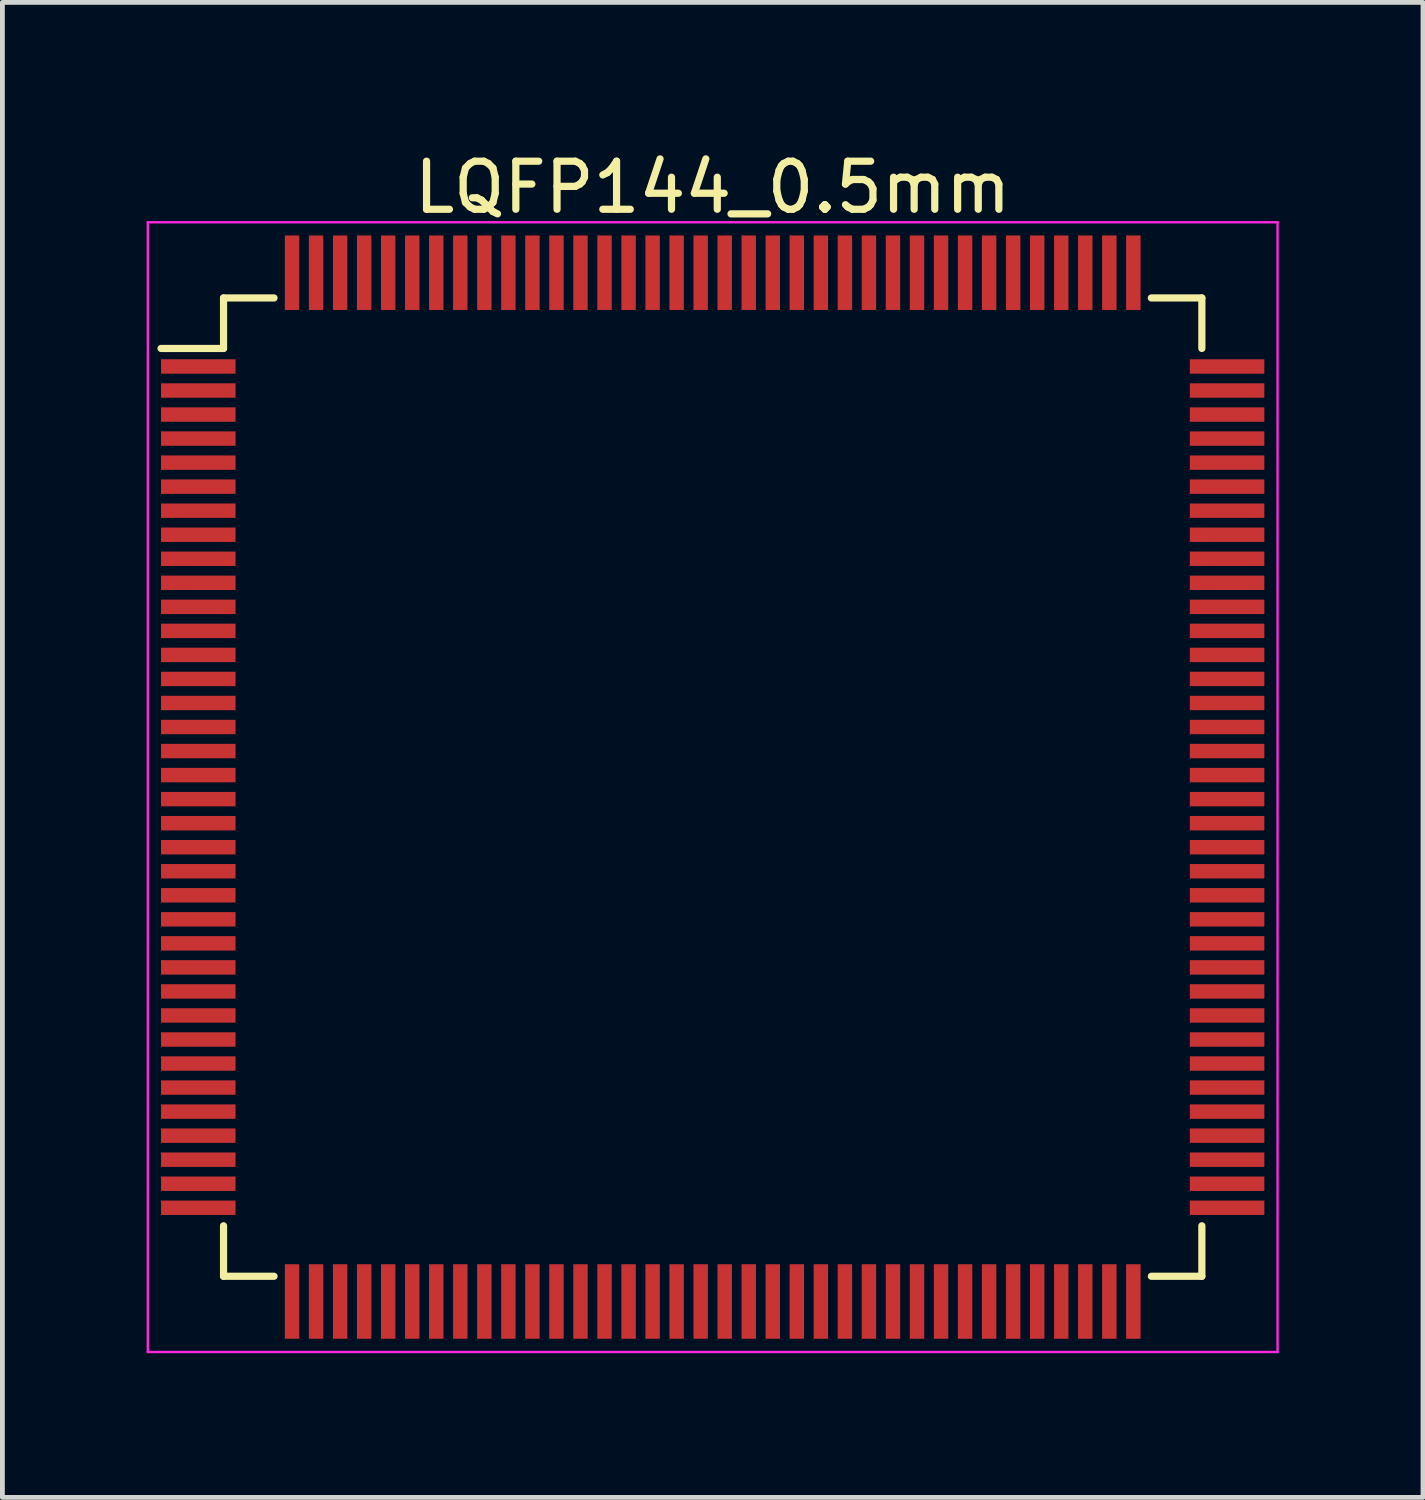
<source format=kicad_pcb>
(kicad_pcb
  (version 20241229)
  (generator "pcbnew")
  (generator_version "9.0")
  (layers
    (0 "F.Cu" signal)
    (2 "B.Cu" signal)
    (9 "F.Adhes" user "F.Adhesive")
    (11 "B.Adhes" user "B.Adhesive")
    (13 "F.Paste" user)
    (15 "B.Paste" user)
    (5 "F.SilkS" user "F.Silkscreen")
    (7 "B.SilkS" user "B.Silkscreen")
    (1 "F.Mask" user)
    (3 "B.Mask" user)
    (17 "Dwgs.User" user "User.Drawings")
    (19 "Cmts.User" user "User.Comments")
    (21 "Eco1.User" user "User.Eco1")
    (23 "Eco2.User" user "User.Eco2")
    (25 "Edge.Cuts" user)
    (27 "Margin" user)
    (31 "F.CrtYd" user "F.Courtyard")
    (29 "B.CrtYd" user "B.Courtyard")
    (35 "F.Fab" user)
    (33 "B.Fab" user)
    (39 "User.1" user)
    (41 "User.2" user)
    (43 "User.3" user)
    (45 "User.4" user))
  (footprint "LQFP144_0.5mm"
    (layer "F.Cu")
    (at 11.775 13.323)
    (property "Reference" "LQFP144_0.5mm" (at 0 -12.475 0) (layer "F.SilkS") (effects (font (size 1 1) (thickness 0.15))))
    (attr smd)
    (fp_line (start -10.175 -10.175) (end -10.175 -9.125) (stroke (width 0.15) (type solid)) (layer "F.SilkS"))
    (fp_line (start -10.175 -10.175) (end -9.125 -10.175) (stroke (width 0.15) (type solid)) (layer "F.SilkS"))
    (fp_line (start -10.175 -9.125) (end -11.475 -9.125) (stroke (width 0.15) (type solid)) (layer "F.SilkS"))
    (fp_line (start -10.175 10.175) (end -10.175 9.125) (stroke (width 0.15) (type solid)) (layer "F.SilkS"))
    (fp_line (start -10.175 10.175) (end -9.125 10.175) (stroke (width 0.15) (type solid)) (layer "F.SilkS"))
    (fp_line (start 10.175 -10.175) (end 9.125 -10.175) (stroke (width 0.15) (type solid)) (layer "F.SilkS"))
    (fp_line (start 10.175 -10.175) (end 10.175 -9.125) (stroke (width 0.15) (type solid)) (layer "F.SilkS"))
    (fp_line (start 10.175 10.175) (end 9.125 10.175) (stroke (width 0.15) (type solid)) (layer "F.SilkS"))
    (fp_line (start 10.175 10.175) (end 10.175 9.125) (stroke (width 0.15) (type solid)) (layer "F.SilkS"))
    (fp_line (start -11.75 -11.75) (end -11.75 11.75) (stroke (width 0.05) (type solid)) (layer "F.CrtYd"))
    (fp_line (start -11.75 -11.75) (end 11.75 -11.75) (stroke (width 0.05) (type solid)) (layer "F.CrtYd"))
    (fp_line (start -11.75 11.75) (end 11.75 11.75) (stroke (width 0.05) (type solid)) (layer "F.CrtYd"))
    (fp_line (start 11.75 -11.75) (end 11.75 11.75) (stroke (width 0.05) (type solid)) (layer "F.CrtYd"))
    (pad "1" smd rect (at -10.7 -8.75) (size 1.55 0.3) (layers "F.Cu" "F.Mask" "F.Paste"))
    (pad "2" smd rect (at -10.7 -8.25) (size 1.55 0.3) (layers "F.Cu" "F.Mask" "F.Paste"))
    (pad "3" smd rect (at -10.7 -7.75) (size 1.55 0.3) (layers "F.Cu" "F.Mask" "F.Paste"))
    (pad "4" smd rect (at -10.7 -7.25) (size 1.55 0.3) (layers "F.Cu" "F.Mask" "F.Paste"))
    (pad "5" smd rect (at -10.7 -6.75) (size 1.55 0.3) (layers "F.Cu" "F.Mask" "F.Paste"))
    (pad "6" smd rect (at -10.7 -6.25) (size 1.55 0.3) (layers "F.Cu" "F.Mask" "F.Paste"))
    (pad "7" smd rect (at -10.7 -5.75) (size 1.55 0.3) (layers "F.Cu" "F.Mask" "F.Paste"))
    (pad "8" smd rect (at -10.7 -5.25) (size 1.55 0.3) (layers "F.Cu" "F.Mask" "F.Paste"))
    (pad "9" smd rect (at -10.7 -4.75) (size 1.55 0.3) (layers "F.Cu" "F.Mask" "F.Paste"))
    (pad "10" smd rect (at -10.7 -4.25) (size 1.55 0.3) (layers "F.Cu" "F.Mask" "F.Paste"))
    (pad "11" smd rect (at -10.7 -3.75) (size 1.55 0.3) (layers "F.Cu" "F.Mask" "F.Paste"))
    (pad "12" smd rect (at -10.7 -3.25) (size 1.55 0.3) (layers "F.Cu" "F.Mask" "F.Paste"))
    (pad "13" smd rect (at -10.7 -2.75) (size 1.55 0.3) (layers "F.Cu" "F.Mask" "F.Paste"))
    (pad "14" smd rect (at -10.7 -2.25) (size 1.55 0.3) (layers "F.Cu" "F.Mask" "F.Paste"))
    (pad "15" smd rect (at -10.7 -1.75) (size 1.55 0.3) (layers "F.Cu" "F.Mask" "F.Paste"))
    (pad "16" smd rect (at -10.7 -1.25) (size 1.55 0.3) (layers "F.Cu" "F.Mask" "F.Paste"))
    (pad "17" smd rect (at -10.7 -0.75) (size 1.55 0.3) (layers "F.Cu" "F.Mask" "F.Paste"))
    (pad "18" smd rect (at -10.7 -0.25) (size 1.55 0.3) (layers "F.Cu" "F.Mask" "F.Paste"))
    (pad "19" smd rect (at -10.7 0.25) (size 1.55 0.3) (layers "F.Cu" "F.Mask" "F.Paste"))
    (pad "20" smd rect (at -10.7 0.75) (size 1.55 0.3) (layers "F.Cu" "F.Mask" "F.Paste"))
    (pad "21" smd rect (at -10.7 1.25) (size 1.55 0.3) (layers "F.Cu" "F.Mask" "F.Paste"))
    (pad "22" smd rect (at -10.7 1.75) (size 1.55 0.3) (layers "F.Cu" "F.Mask" "F.Paste"))
    (pad "23" smd rect (at -10.7 2.25) (size 1.55 0.3) (layers "F.Cu" "F.Mask" "F.Paste"))
    (pad "24" smd rect (at -10.7 2.75) (size 1.55 0.3) (layers "F.Cu" "F.Mask" "F.Paste"))
    (pad "25" smd rect (at -10.7 3.25) (size 1.55 0.3) (layers "F.Cu" "F.Mask" "F.Paste"))
    (pad "26" smd rect (at -10.7 3.75) (size 1.55 0.3) (layers "F.Cu" "F.Mask" "F.Paste"))
    (pad "27" smd rect (at -10.7 4.25) (size 1.55 0.3) (layers "F.Cu" "F.Mask" "F.Paste"))
    (pad "28" smd rect (at -10.7 4.75) (size 1.55 0.3) (layers "F.Cu" "F.Mask" "F.Paste"))
    (pad "29" smd rect (at -10.7 5.25) (size 1.55 0.3) (layers "F.Cu" "F.Mask" "F.Paste"))
    (pad "30" smd rect (at -10.7 5.75) (size 1.55 0.3) (layers "F.Cu" "F.Mask" "F.Paste"))
    (pad "31" smd rect (at -10.7 6.25) (size 1.55 0.3) (layers "F.Cu" "F.Mask" "F.Paste"))
    (pad "32" smd rect (at -10.7 6.75) (size 1.55 0.3) (layers "F.Cu" "F.Mask" "F.Paste"))
    (pad "33" smd rect (at -10.7 7.25) (size 1.55 0.3) (layers "F.Cu" "F.Mask" "F.Paste"))
    (pad "34" smd rect (at -10.7 7.75) (size 1.55 0.3) (layers "F.Cu" "F.Mask" "F.Paste"))
    (pad "35" smd rect (at -10.7 8.25) (size 1.55 0.3) (layers "F.Cu" "F.Mask" "F.Paste"))
    (pad "36" smd rect (at -10.7 8.75) (size 1.55 0.3) (layers "F.Cu" "F.Mask" "F.Paste"))
    (pad "37" smd rect (at -8.75 10.7 90) (size 1.55 0.3) (layers "F.Cu" "F.Mask" "F.Paste"))
    (pad "38" smd rect (at -8.25 10.7 90) (size 1.55 0.3) (layers "F.Cu" "F.Mask" "F.Paste"))
    (pad "39" smd rect (at -7.75 10.7 90) (size 1.55 0.3) (layers "F.Cu" "F.Mask" "F.Paste"))
    (pad "40" smd rect (at -7.25 10.7 90) (size 1.55 0.3) (layers "F.Cu" "F.Mask" "F.Paste"))
    (pad "41" smd rect (at -6.75 10.7 90) (size 1.55 0.3) (layers "F.Cu" "F.Mask" "F.Paste"))
    (pad "42" smd rect (at -6.25 10.7 90) (size 1.55 0.3) (layers "F.Cu" "F.Mask" "F.Paste"))
    (pad "43" smd rect (at -5.75 10.7 90) (size 1.55 0.3) (layers "F.Cu" "F.Mask" "F.Paste"))
    (pad "44" smd rect (at -5.25 10.7 90) (size 1.55 0.3) (layers "F.Cu" "F.Mask" "F.Paste"))
    (pad "45" smd rect (at -4.75 10.7 90) (size 1.55 0.3) (layers "F.Cu" "F.Mask" "F.Paste"))
    (pad "46" smd rect (at -4.25 10.7 90) (size 1.55 0.3) (layers "F.Cu" "F.Mask" "F.Paste"))
    (pad "47" smd rect (at -3.75 10.7 90) (size 1.55 0.3) (layers "F.Cu" "F.Mask" "F.Paste"))
    (pad "48" smd rect (at -3.25 10.7 90) (size 1.55 0.3) (layers "F.Cu" "F.Mask" "F.Paste"))
    (pad "49" smd rect (at -2.75 10.7 90) (size 1.55 0.3) (layers "F.Cu" "F.Mask" "F.Paste"))
    (pad "50" smd rect (at -2.25 10.7 90) (size 1.55 0.3) (layers "F.Cu" "F.Mask" "F.Paste"))
    (pad "51" smd rect (at -1.75 10.7 90) (size 1.55 0.3) (layers "F.Cu" "F.Mask" "F.Paste"))
    (pad "52" smd rect (at -1.25 10.7 90) (size 1.55 0.3) (layers "F.Cu" "F.Mask" "F.Paste"))
    (pad "53" smd rect (at -0.75 10.7 90) (size 1.55 0.3) (layers "F.Cu" "F.Mask" "F.Paste"))
    (pad "54" smd rect (at -0.25 10.7 90) (size 1.55 0.3) (layers "F.Cu" "F.Mask" "F.Paste"))
    (pad "55" smd rect (at 0.25 10.7 90) (size 1.55 0.3) (layers "F.Cu" "F.Mask" "F.Paste"))
    (pad "56" smd rect (at 0.75 10.7 90) (size 1.55 0.3) (layers "F.Cu" "F.Mask" "F.Paste"))
    (pad "57" smd rect (at 1.25 10.7 90) (size 1.55 0.3) (layers "F.Cu" "F.Mask" "F.Paste"))
    (pad "58" smd rect (at 1.75 10.7 90) (size 1.55 0.3) (layers "F.Cu" "F.Mask" "F.Paste"))
    (pad "59" smd rect (at 2.25 10.7 90) (size 1.55 0.3) (layers "F.Cu" "F.Mask" "F.Paste"))
    (pad "60" smd rect (at 2.75 10.7 90) (size 1.55 0.3) (layers "F.Cu" "F.Mask" "F.Paste"))
    (pad "61" smd rect (at 3.25 10.7 90) (size 1.55 0.3) (layers "F.Cu" "F.Mask" "F.Paste"))
    (pad "62" smd rect (at 3.75 10.7 90) (size 1.55 0.3) (layers "F.Cu" "F.Mask" "F.Paste"))
    (pad "63" smd rect (at 4.25 10.7 90) (size 1.55 0.3) (layers "F.Cu" "F.Mask" "F.Paste"))
    (pad "64" smd rect (at 4.75 10.7 90) (size 1.55 0.3) (layers "F.Cu" "F.Mask" "F.Paste"))
    (pad "65" smd rect (at 5.25 10.7 90) (size 1.55 0.3) (layers "F.Cu" "F.Mask" "F.Paste"))
    (pad "66" smd rect (at 5.75 10.7 90) (size 1.55 0.3) (layers "F.Cu" "F.Mask" "F.Paste"))
    (pad "67" smd rect (at 6.25 10.7 90) (size 1.55 0.3) (layers "F.Cu" "F.Mask" "F.Paste"))
    (pad "68" smd rect (at 6.75 10.7 90) (size 1.55 0.3) (layers "F.Cu" "F.Mask" "F.Paste"))
    (pad "69" smd rect (at 7.25 10.7 90) (size 1.55 0.3) (layers "F.Cu" "F.Mask" "F.Paste"))
    (pad "70" smd rect (at 7.75 10.7 90) (size 1.55 0.3) (layers "F.Cu" "F.Mask" "F.Paste"))
    (pad "71" smd rect (at 8.25 10.7 90) (size 1.55 0.3) (layers "F.Cu" "F.Mask" "F.Paste"))
    (pad "72" smd rect (at 8.75 10.7 90) (size 1.55 0.3) (layers "F.Cu" "F.Mask" "F.Paste"))
    (pad "73" smd rect (at 10.7 8.75) (size 1.55 0.3) (layers "F.Cu" "F.Mask" "F.Paste"))
    (pad "74" smd rect (at 10.7 8.25) (size 1.55 0.3) (layers "F.Cu" "F.Mask" "F.Paste"))
    (pad "75" smd rect (at 10.7 7.75) (size 1.55 0.3) (layers "F.Cu" "F.Mask" "F.Paste"))
    (pad "76" smd rect (at 10.7 7.25) (size 1.55 0.3) (layers "F.Cu" "F.Mask" "F.Paste"))
    (pad "77" smd rect (at 10.7 6.75) (size 1.55 0.3) (layers "F.Cu" "F.Mask" "F.Paste"))
    (pad "78" smd rect (at 10.7 6.25) (size 1.55 0.3) (layers "F.Cu" "F.Mask" "F.Paste"))
    (pad "79" smd rect (at 10.7 5.75) (size 1.55 0.3) (layers "F.Cu" "F.Mask" "F.Paste"))
    (pad "80" smd rect (at 10.7 5.25) (size 1.55 0.3) (layers "F.Cu" "F.Mask" "F.Paste"))
    (pad "81" smd rect (at 10.7 4.75) (size 1.55 0.3) (layers "F.Cu" "F.Mask" "F.Paste"))
    (pad "82" smd rect (at 10.7 4.25) (size 1.55 0.3) (layers "F.Cu" "F.Mask" "F.Paste"))
    (pad "83" smd rect (at 10.7 3.75) (size 1.55 0.3) (layers "F.Cu" "F.Mask" "F.Paste"))
    (pad "84" smd rect (at 10.7 3.25) (size 1.55 0.3) (layers "F.Cu" "F.Mask" "F.Paste"))
    (pad "85" smd rect (at 10.7 2.75) (size 1.55 0.3) (layers "F.Cu" "F.Mask" "F.Paste"))
    (pad "86" smd rect (at 10.7 2.25) (size 1.55 0.3) (layers "F.Cu" "F.Mask" "F.Paste"))
    (pad "87" smd rect (at 10.7 1.75) (size 1.55 0.3) (layers "F.Cu" "F.Mask" "F.Paste"))
    (pad "88" smd rect (at 10.7 1.25) (size 1.55 0.3) (layers "F.Cu" "F.Mask" "F.Paste"))
    (pad "89" smd rect (at 10.7 0.75) (size 1.55 0.3) (layers "F.Cu" "F.Mask" "F.Paste"))
    (pad "90" smd rect (at 10.7 0.25) (size 1.55 0.3) (layers "F.Cu" "F.Mask" "F.Paste"))
    (pad "91" smd rect (at 10.7 -0.25) (size 1.55 0.3) (layers "F.Cu" "F.Mask" "F.Paste"))
    (pad "92" smd rect (at 10.7 -0.75) (size 1.55 0.3) (layers "F.Cu" "F.Mask" "F.Paste"))
    (pad "93" smd rect (at 10.7 -1.25) (size 1.55 0.3) (layers "F.Cu" "F.Mask" "F.Paste"))
    (pad "94" smd rect (at 10.7 -1.75) (size 1.55 0.3) (layers "F.Cu" "F.Mask" "F.Paste"))
    (pad "95" smd rect (at 10.7 -2.25) (size 1.55 0.3) (layers "F.Cu" "F.Mask" "F.Paste"))
    (pad "96" smd rect (at 10.7 -2.75) (size 1.55 0.3) (layers "F.Cu" "F.Mask" "F.Paste"))
    (pad "97" smd rect (at 10.7 -3.25) (size 1.55 0.3) (layers "F.Cu" "F.Mask" "F.Paste"))
    (pad "98" smd rect (at 10.7 -3.75) (size 1.55 0.3) (layers "F.Cu" "F.Mask" "F.Paste"))
    (pad "99" smd rect (at 10.7 -4.25) (size 1.55 0.3) (layers "F.Cu" "F.Mask" "F.Paste"))
    (pad "100" smd rect (at 10.7 -4.75) (size 1.55 0.3) (layers "F.Cu" "F.Mask" "F.Paste"))
    (pad "101" smd rect (at 10.7 -5.25) (size 1.55 0.3) (layers "F.Cu" "F.Mask" "F.Paste"))
    (pad "102" smd rect (at 10.7 -5.75) (size 1.55 0.3) (layers "F.Cu" "F.Mask" "F.Paste"))
    (pad "103" smd rect (at 10.7 -6.25) (size 1.55 0.3) (layers "F.Cu" "F.Mask" "F.Paste"))
    (pad "104" smd rect (at 10.7 -6.75) (size 1.55 0.3) (layers "F.Cu" "F.Mask" "F.Paste"))
    (pad "105" smd rect (at 10.7 -7.25) (size 1.55 0.3) (layers "F.Cu" "F.Mask" "F.Paste"))
    (pad "106" smd rect (at 10.7 -7.75) (size 1.55 0.3) (layers "F.Cu" "F.Mask" "F.Paste"))
    (pad "107" smd rect (at 10.7 -8.25) (size 1.55 0.3) (layers "F.Cu" "F.Mask" "F.Paste"))
    (pad "108" smd rect (at 10.7 -8.75) (size 1.55 0.3) (layers "F.Cu" "F.Mask" "F.Paste"))
    (pad "109" smd rect (at 8.75 -10.7 90) (size 1.55 0.3) (layers "F.Cu" "F.Mask" "F.Paste"))
    (pad "110" smd rect (at 8.25 -10.7 90) (size 1.55 0.3) (layers "F.Cu" "F.Mask" "F.Paste"))
    (pad "111" smd rect (at 7.75 -10.7 90) (size 1.55 0.3) (layers "F.Cu" "F.Mask" "F.Paste"))
    (pad "112" smd rect (at 7.25 -10.7 90) (size 1.55 0.3) (layers "F.Cu" "F.Mask" "F.Paste"))
    (pad "113" smd rect (at 6.75 -10.7 90) (size 1.55 0.3) (layers "F.Cu" "F.Mask" "F.Paste"))
    (pad "114" smd rect (at 6.25 -10.7 90) (size 1.55 0.3) (layers "F.Cu" "F.Mask" "F.Paste"))
    (pad "115" smd rect (at 5.75 -10.7 90) (size 1.55 0.3) (layers "F.Cu" "F.Mask" "F.Paste"))
    (pad "116" smd rect (at 5.25 -10.7 90) (size 1.55 0.3) (layers "F.Cu" "F.Mask" "F.Paste"))
    (pad "117" smd rect (at 4.75 -10.7 90) (size 1.55 0.3) (layers "F.Cu" "F.Mask" "F.Paste"))
    (pad "118" smd rect (at 4.25 -10.7 90) (size 1.55 0.3) (layers "F.Cu" "F.Mask" "F.Paste"))
    (pad "119" smd rect (at 3.75 -10.7 90) (size 1.55 0.3) (layers "F.Cu" "F.Mask" "F.Paste"))
    (pad "120" smd rect (at 3.25 -10.7 90) (size 1.55 0.3) (layers "F.Cu" "F.Mask" "F.Paste"))
    (pad "121" smd rect (at 2.75 -10.7 90) (size 1.55 0.3) (layers "F.Cu" "F.Mask" "F.Paste"))
    (pad "122" smd rect (at 2.25 -10.7 90) (size 1.55 0.3) (layers "F.Cu" "F.Mask" "F.Paste"))
    (pad "123" smd rect (at 1.75 -10.7 90) (size 1.55 0.3) (layers "F.Cu" "F.Mask" "F.Paste"))
    (pad "124" smd rect (at 1.25 -10.7 90) (size 1.55 0.3) (layers "F.Cu" "F.Mask" "F.Paste"))
    (pad "125" smd rect (at 0.75 -10.7 90) (size 1.55 0.3) (layers "F.Cu" "F.Mask" "F.Paste"))
    (pad "126" smd rect (at 0.25 -10.7 90) (size 1.55 0.3) (layers "F.Cu" "F.Mask" "F.Paste"))
    (pad "127" smd rect (at -0.25 -10.7 90) (size 1.55 0.3) (layers "F.Cu" "F.Mask" "F.Paste"))
    (pad "128" smd rect (at -0.75 -10.7 90) (size 1.55 0.3) (layers "F.Cu" "F.Mask" "F.Paste"))
    (pad "129" smd rect (at -1.25 -10.7 90) (size 1.55 0.3) (layers "F.Cu" "F.Mask" "F.Paste"))
    (pad "130" smd rect (at -1.75 -10.7 90) (size 1.55 0.3) (layers "F.Cu" "F.Mask" "F.Paste"))
    (pad "131" smd rect (at -2.25 -10.7 90) (size 1.55 0.3) (layers "F.Cu" "F.Mask" "F.Paste"))
    (pad "132" smd rect (at -2.75 -10.7 90) (size 1.55 0.3) (layers "F.Cu" "F.Mask" "F.Paste"))
    (pad "133" smd rect (at -3.25 -10.7 90) (size 1.55 0.3) (layers "F.Cu" "F.Mask" "F.Paste"))
    (pad "134" smd rect (at -3.75 -10.7 90) (size 1.55 0.3) (layers "F.Cu" "F.Mask" "F.Paste"))
    (pad "135" smd rect (at -4.25 -10.7 90) (size 1.55 0.3) (layers "F.Cu" "F.Mask" "F.Paste"))
    (pad "136" smd rect (at -4.75 -10.7 90) (size 1.55 0.3) (layers "F.Cu" "F.Mask" "F.Paste"))
    (pad "137" smd rect (at -5.25 -10.7 90) (size 1.55 0.3) (layers "F.Cu" "F.Mask" "F.Paste"))
    (pad "138" smd rect (at -5.75 -10.7 90) (size 1.55 0.3) (layers "F.Cu" "F.Mask" "F.Paste"))
    (pad "139" smd rect (at -6.25 -10.7 90) (size 1.55 0.3) (layers "F.Cu" "F.Mask" "F.Paste"))
    (pad "140" smd rect (at -6.75 -10.7 90) (size 1.55 0.3) (layers "F.Cu" "F.Mask" "F.Paste"))
    (pad "141" smd rect (at -7.25 -10.7 90) (size 1.55 0.3) (layers "F.Cu" "F.Mask" "F.Paste"))
    (pad "142" smd rect (at -7.75 -10.7 90) (size 1.55 0.3) (layers "F.Cu" "F.Mask" "F.Paste"))
    (pad "143" smd rect (at -8.25 -10.7 90) (size 1.55 0.3) (layers "F.Cu" "F.Mask" "F.Paste"))
    (pad "144" smd rect (at -8.75 -10.7 90) (size 1.55 0.3) (layers "F.Cu" "F.Mask" "F.Paste")))
  (gr_rect
    (start -3 -3)
    (end 26.55 28.098)
    (stroke (width 0.1) (type default))
    (fill no)
    (layer "Edge.Cuts")))
</source>
